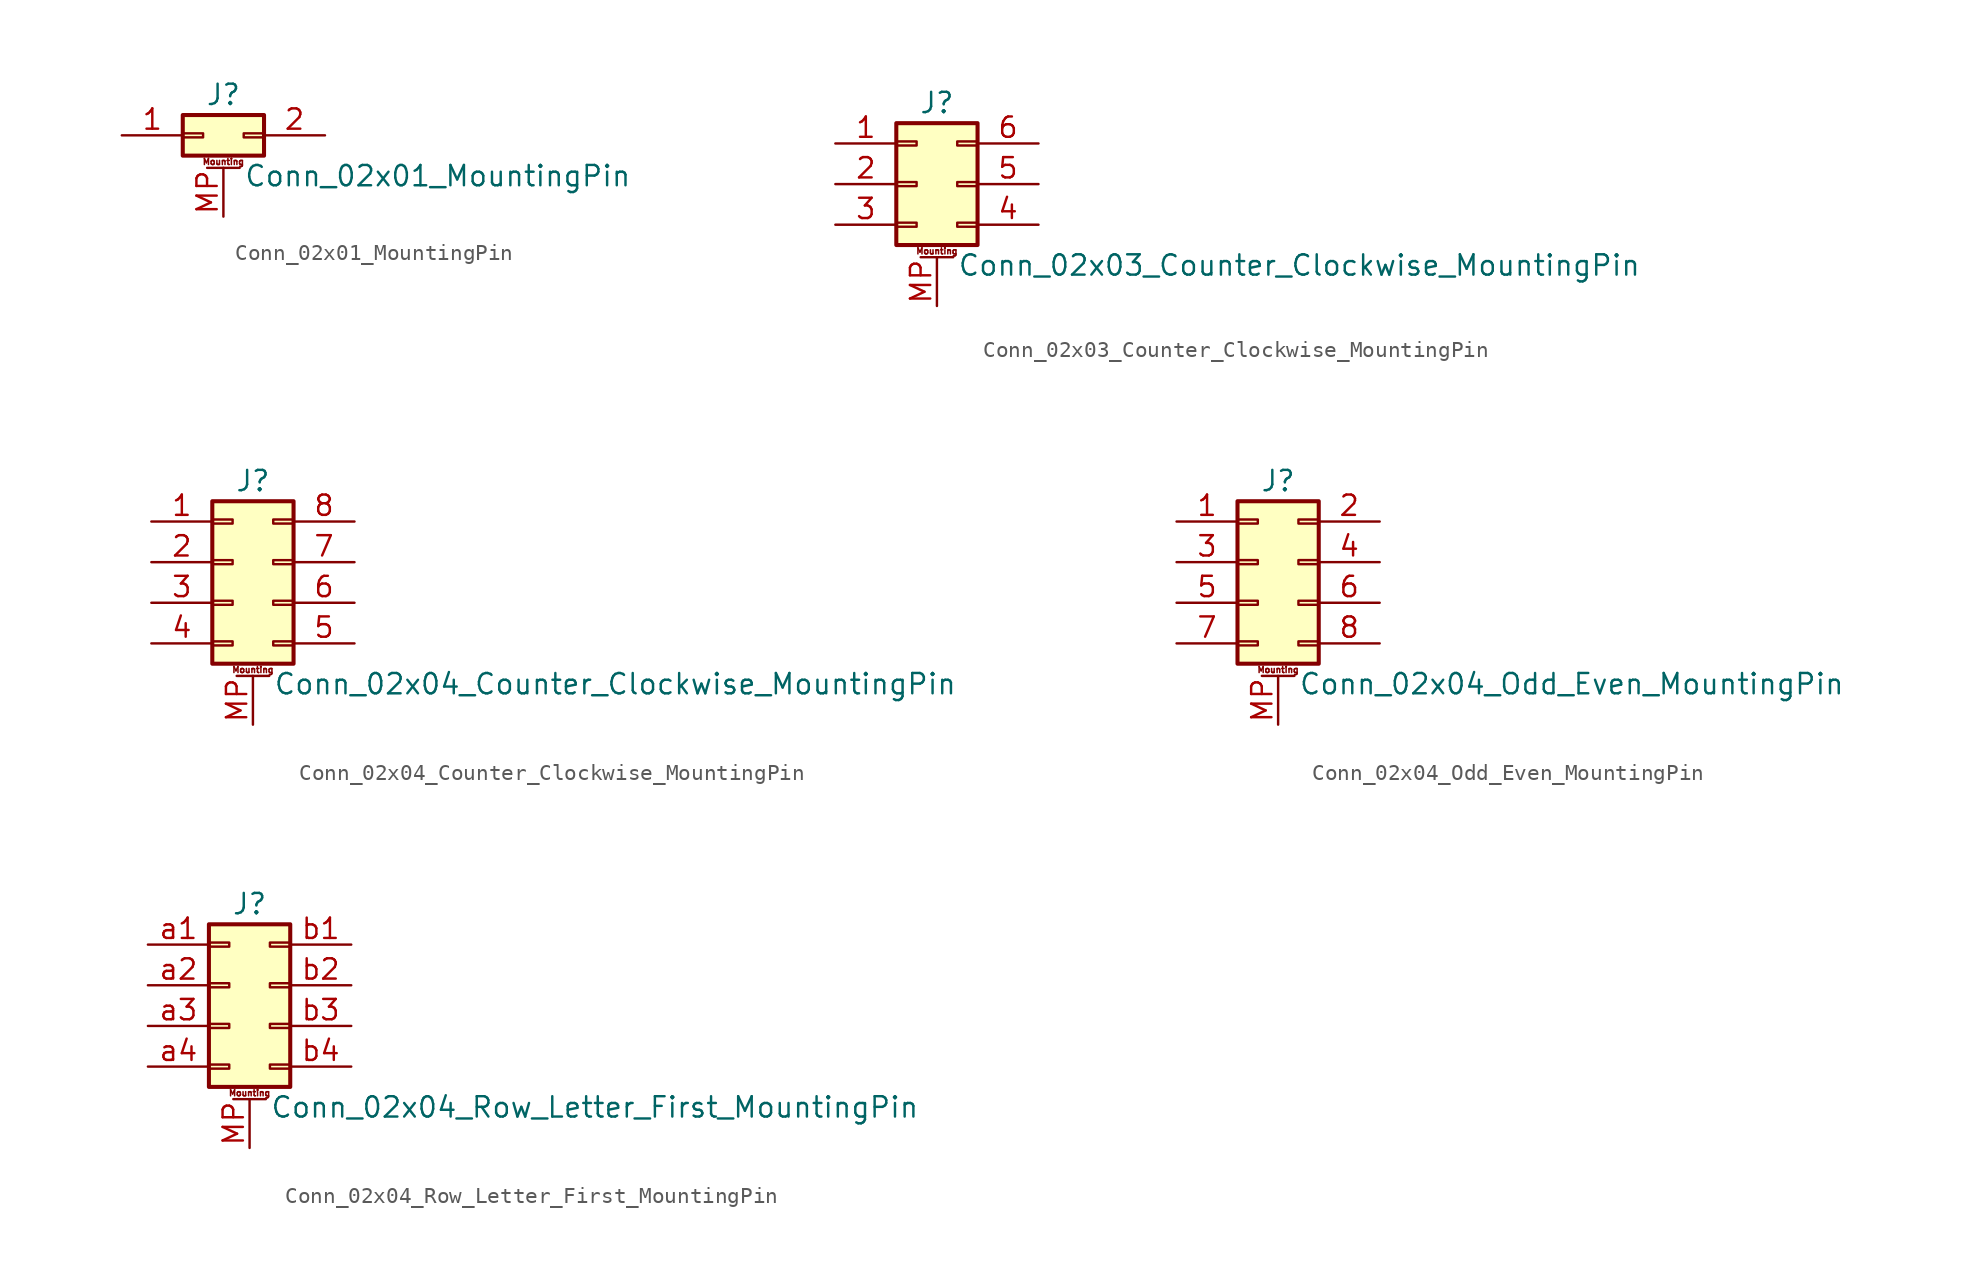
<source format=kicad_sym>
(kicad_symbol_lib
  (version 20201005)
  (generator kicad_symbol_editor)
  (symbol "Conn_02x01_MountingPin"
    (pin_names
      (offset 1.016) hide)
    (property "Reference" "J"
      (at 1.27 2.54 0)
      (effects (font (size 1.27 1.27))))
    (property "Value" "Conn_02x01_MountingPin"
      (at 2.54 -2.54 0)
      (effects (font (size 1.27 1.27)) (justify left)))
    (symbol "Conn_02x01_MountingPin_1_1"
      (text "Mounting" (at 1.27 -1.651 0) (effects (font (size 0.381 0.381))))
      (rectangle (start -1.27 0.127) (end 0 -0.127) (stroke (width 0.152)) (fill (type none)))
      (rectangle (start 3.81 0.127) (end 2.54 -0.127) (stroke (width 0.152)) (fill (type none)))
      (rectangle (start -1.27 1.27) (end 3.81 -1.27) (stroke (width 0.254)) (fill (type background)))
      (polyline (pts (xy 0.254 -2.032) (xy 2.286 -2.032)) (stroke (width 0.152)) (fill (type none)))
      (pin passive line (at -5.08 0 0) (length 3.81) (name "Pin_1" (effects (font (size 1.27 1.27)))) (number "1" (effects (font (size 1.27 1.27)))))
      (pin passive line (at 7.62 0 180) (length 3.81) (name "Pin_2" (effects (font (size 1.27 1.27)))) (number "2" (effects (font (size 1.27 1.27)))))
      (pin passive line (at 1.27 -5.08 90) (length 3.048) (name "MountPin" (effects (font (size 1.27 1.27)))) (number "MP" (effects (font (size 1.27 1.27)))))))
  (symbol "Conn_02x03_Counter_Clockwise_MountingPin"
    (pin_names
      (offset 1.016) hide)
    (property "Reference" "J"
      (at 1.27 5.08 0)
      (effects (font (size 1.27 1.27))))
    (property "Value" "Conn_02x03_Counter_Clockwise_MountingPin"
      (at 2.54 -5.08 0)
      (effects (font (size 1.27 1.27)) (justify left)))
    (symbol "Conn_02x03_Counter_Clockwise_MountingPin_1_1"
      (text "Mounting" (at 1.27 -4.191 0) (effects (font (size 0.381 0.381))))
      (rectangle (start -1.27 -2.413) (end 0 -2.667) (stroke (width 0.152)) (fill (type none)))
      (rectangle (start -1.27 0.127) (end 0 -0.127) (stroke (width 0.152)) (fill (type none)))
      (rectangle (start -1.27 2.667) (end 0 2.413) (stroke (width 0.152)) (fill (type none)))
      (rectangle (start 3.81 -2.413) (end 2.54 -2.667) (stroke (width 0.152)) (fill (type none)))
      (rectangle (start 3.81 0.127) (end 2.54 -0.127) (stroke (width 0.152)) (fill (type none)))
      (rectangle (start 3.81 2.667) (end 2.54 2.413) (stroke (width 0.152)) (fill (type none)))
      (rectangle (start -1.27 3.81) (end 3.81 -3.81) (stroke (width 0.254)) (fill (type background)))
      (polyline (pts (xy 0.254 -4.572) (xy 2.286 -4.572)) (stroke (width 0.152)) (fill (type none)))
      (pin passive line (at -5.08 2.54 0) (length 3.81) (name "Pin_1" (effects (font (size 1.27 1.27)))) (number "1" (effects (font (size 1.27 1.27)))))
      (pin passive line (at -5.08 0 0) (length 3.81) (name "Pin_2" (effects (font (size 1.27 1.27)))) (number "2" (effects (font (size 1.27 1.27)))))
      (pin passive line (at -5.08 -2.54 0) (length 3.81) (name "Pin_3" (effects (font (size 1.27 1.27)))) (number "3" (effects (font (size 1.27 1.27)))))
      (pin passive line (at 7.62 -2.54 180) (length 3.81) (name "Pin_4" (effects (font (size 1.27 1.27)))) (number "4" (effects (font (size 1.27 1.27)))))
      (pin passive line (at 7.62 0 180) (length 3.81) (name "Pin_5" (effects (font (size 1.27 1.27)))) (number "5" (effects (font (size 1.27 1.27)))))
      (pin passive line (at 7.62 2.54 180) (length 3.81) (name "Pin_6" (effects (font (size 1.27 1.27)))) (number "6" (effects (font (size 1.27 1.27)))))
      (pin passive line (at 1.27 -7.62 90) (length 3.048) (name "MountPin" (effects (font (size 1.27 1.27)))) (number "MP" (effects (font (size 1.27 1.27)))))))
  (symbol "Conn_02x04_Counter_Clockwise_MountingPin"
    (pin_names
      (offset 1.016) hide)
    (property "Reference" "J"
      (at 1.27 5.08 0)
      (effects (font (size 1.27 1.27))))
    (property "Value" "Conn_02x04_Counter_Clockwise_MountingPin"
      (at 2.54 -7.62 0)
      (effects (font (size 1.27 1.27)) (justify left)))
    (symbol "Conn_02x04_Counter_Clockwise_MountingPin_1_1"
      (text "Mounting" (at 1.27 -6.731 0) (effects (font (size 0.381 0.381))))
      (rectangle (start -1.27 -4.953) (end 0 -5.207) (stroke (width 0.152)) (fill (type none)))
      (rectangle (start -1.27 -2.413) (end 0 -2.667) (stroke (width 0.152)) (fill (type none)))
      (rectangle (start -1.27 0.127) (end 0 -0.127) (stroke (width 0.152)) (fill (type none)))
      (rectangle (start -1.27 2.667) (end 0 2.413) (stroke (width 0.152)) (fill (type none)))
      (rectangle (start 3.81 -4.953) (end 2.54 -5.207) (stroke (width 0.152)) (fill (type none)))
      (rectangle (start 3.81 -2.413) (end 2.54 -2.667) (stroke (width 0.152)) (fill (type none)))
      (rectangle (start 3.81 0.127) (end 2.54 -0.127) (stroke (width 0.152)) (fill (type none)))
      (rectangle (start 3.81 2.667) (end 2.54 2.413) (stroke (width 0.152)) (fill (type none)))
      (rectangle (start -1.27 3.81) (end 3.81 -6.35) (stroke (width 0.254)) (fill (type background)))
      (polyline (pts (xy 0.254 -7.112) (xy 2.286 -7.112)) (stroke (width 0.152)) (fill (type none)))
      (pin passive line (at -5.08 2.54 0) (length 3.81) (name "Pin_1" (effects (font (size 1.27 1.27)))) (number "1" (effects (font (size 1.27 1.27)))))
      (pin passive line (at -5.08 0 0) (length 3.81) (name "Pin_2" (effects (font (size 1.27 1.27)))) (number "2" (effects (font (size 1.27 1.27)))))
      (pin passive line (at -5.08 -2.54 0) (length 3.81) (name "Pin_3" (effects (font (size 1.27 1.27)))) (number "3" (effects (font (size 1.27 1.27)))))
      (pin passive line (at -5.08 -5.08 0) (length 3.81) (name "Pin_4" (effects (font (size 1.27 1.27)))) (number "4" (effects (font (size 1.27 1.27)))))
      (pin passive line (at 7.62 -5.08 180) (length 3.81) (name "Pin_5" (effects (font (size 1.27 1.27)))) (number "5" (effects (font (size 1.27 1.27)))))
      (pin passive line (at 7.62 -2.54 180) (length 3.81) (name "Pin_6" (effects (font (size 1.27 1.27)))) (number "6" (effects (font (size 1.27 1.27)))))
      (pin passive line (at 7.62 0 180) (length 3.81) (name "Pin_7" (effects (font (size 1.27 1.27)))) (number "7" (effects (font (size 1.27 1.27)))))
      (pin passive line (at 7.62 2.54 180) (length 3.81) (name "Pin_8" (effects (font (size 1.27 1.27)))) (number "8" (effects (font (size 1.27 1.27)))))
      (pin passive line (at 1.27 -10.16 90) (length 3.048) (name "MountPin" (effects (font (size 1.27 1.27)))) (number "MP" (effects (font (size 1.27 1.27)))))))
  (symbol "Conn_02x04_Odd_Even_MountingPin"
    (pin_names
      (offset 1.016) hide)
    (property "Reference" "J"
      (at 1.27 5.08 0)
      (effects (font (size 1.27 1.27))))
    (property "Value" "Conn_02x04_Odd_Even_MountingPin"
      (at 2.54 -7.62 0)
      (effects (font (size 1.27 1.27)) (justify left)))
    (symbol "Conn_02x04_Odd_Even_MountingPin_1_1"
      (text "Mounting" (at 1.27 -6.731 0) (effects (font (size 0.381 0.381))))
      (rectangle (start -1.27 -4.953) (end 0 -5.207) (stroke (width 0.152)) (fill (type none)))
      (rectangle (start -1.27 -2.413) (end 0 -2.667) (stroke (width 0.152)) (fill (type none)))
      (rectangle (start -1.27 0.127) (end 0 -0.127) (stroke (width 0.152)) (fill (type none)))
      (rectangle (start -1.27 2.667) (end 0 2.413) (stroke (width 0.152)) (fill (type none)))
      (rectangle (start 3.81 -4.953) (end 2.54 -5.207) (stroke (width 0.152)) (fill (type none)))
      (rectangle (start 3.81 -2.413) (end 2.54 -2.667) (stroke (width 0.152)) (fill (type none)))
      (rectangle (start 3.81 0.127) (end 2.54 -0.127) (stroke (width 0.152)) (fill (type none)))
      (rectangle (start 3.81 2.667) (end 2.54 2.413) (stroke (width 0.152)) (fill (type none)))
      (rectangle (start -1.27 3.81) (end 3.81 -6.35) (stroke (width 0.254)) (fill (type background)))
      (polyline (pts (xy 0.254 -7.112) (xy 2.286 -7.112)) (stroke (width 0.152)) (fill (type none)))
      (pin passive line (at -5.08 2.54 0) (length 3.81) (name "Pin_1" (effects (font (size 1.27 1.27)))) (number "1" (effects (font (size 1.27 1.27)))))
      (pin passive line (at 7.62 2.54 180) (length 3.81) (name "Pin_2" (effects (font (size 1.27 1.27)))) (number "2" (effects (font (size 1.27 1.27)))))
      (pin passive line (at -5.08 0 0) (length 3.81) (name "Pin_3" (effects (font (size 1.27 1.27)))) (number "3" (effects (font (size 1.27 1.27)))))
      (pin passive line (at 7.62 0 180) (length 3.81) (name "Pin_4" (effects (font (size 1.27 1.27)))) (number "4" (effects (font (size 1.27 1.27)))))
      (pin passive line (at -5.08 -2.54 0) (length 3.81) (name "Pin_5" (effects (font (size 1.27 1.27)))) (number "5" (effects (font (size 1.27 1.27)))))
      (pin passive line (at 7.62 -2.54 180) (length 3.81) (name "Pin_6" (effects (font (size 1.27 1.27)))) (number "6" (effects (font (size 1.27 1.27)))))
      (pin passive line (at -5.08 -5.08 0) (length 3.81) (name "Pin_7" (effects (font (size 1.27 1.27)))) (number "7" (effects (font (size 1.27 1.27)))))
      (pin passive line (at 7.62 -5.08 180) (length 3.81) (name "Pin_8" (effects (font (size 1.27 1.27)))) (number "8" (effects (font (size 1.27 1.27)))))
      (pin passive line (at 1.27 -10.16 90) (length 3.048) (name "MountPin" (effects (font (size 1.27 1.27)))) (number "MP" (effects (font (size 1.27 1.27)))))))
  (symbol "Conn_02x04_Row_Letter_First_MountingPin"
    (pin_names
      (offset 1.016) hide)
    (property "Reference" "J"
      (at 1.27 5.08 0)
      (effects (font (size 1.27 1.27))))
    (property "Value" "Conn_02x04_Row_Letter_First_MountingPin"
      (at 2.54 -7.62 0)
      (effects (font (size 1.27 1.27)) (justify left)))
    (symbol "Conn_02x04_Row_Letter_First_MountingPin_1_1"
      (text "Mounting" (at 1.27 -6.731 0) (effects (font (size 0.381 0.381))))
      (rectangle (start -1.27 -4.953) (end 0 -5.207) (stroke (width 0.152)) (fill (type none)))
      (rectangle (start -1.27 -2.413) (end 0 -2.667) (stroke (width 0.152)) (fill (type none)))
      (rectangle (start -1.27 0.127) (end 0 -0.127) (stroke (width 0.152)) (fill (type none)))
      (rectangle (start -1.27 2.667) (end 0 2.413) (stroke (width 0.152)) (fill (type none)))
      (rectangle (start 3.81 -4.953) (end 2.54 -5.207) (stroke (width 0.152)) (fill (type none)))
      (rectangle (start 3.81 -2.413) (end 2.54 -2.667) (stroke (width 0.152)) (fill (type none)))
      (rectangle (start 3.81 0.127) (end 2.54 -0.127) (stroke (width 0.152)) (fill (type none)))
      (rectangle (start 3.81 2.667) (end 2.54 2.413) (stroke (width 0.152)) (fill (type none)))
      (rectangle (start -1.27 3.81) (end 3.81 -6.35) (stroke (width 0.254)) (fill (type background)))
      (polyline (pts (xy 0.254 -7.112) (xy 2.286 -7.112)) (stroke (width 0.152)) (fill (type none)))
      (pin passive line (at 1.27 -10.16 90) (length 3.048) (name "MountPin" (effects (font (size 1.27 1.27)))) (number "MP" (effects (font (size 1.27 1.27)))))
      (pin passive line (at -5.08 2.54 0) (length 3.81) (name "Pin_a1" (effects (font (size 1.27 1.27)))) (number "a1" (effects (font (size 1.27 1.27)))))
      (pin passive line (at -5.08 0 0) (length 3.81) (name "Pin_a2" (effects (font (size 1.27 1.27)))) (number "a2" (effects (font (size 1.27 1.27)))))
      (pin passive line (at -5.08 -2.54 0) (length 3.81) (name "Pin_a3" (effects (font (size 1.27 1.27)))) (number "a3" (effects (font (size 1.27 1.27)))))
      (pin passive line (at -5.08 -5.08 0) (length 3.81) (name "Pin_a4" (effects (font (size 1.27 1.27)))) (number "a4" (effects (font (size 1.27 1.27)))))
      (pin passive line (at 7.62 2.54 180) (length 3.81) (name "Pin_b1" (effects (font (size 1.27 1.27)))) (number "b1" (effects (font (size 1.27 1.27)))))
      (pin passive line (at 7.62 0 180) (length 3.81) (name "Pin_b2" (effects (font (size 1.27 1.27)))) (number "b2" (effects (font (size 1.27 1.27)))))
      (pin passive line (at 7.62 -2.54 180) (length 3.81) (name "Pin_b3" (effects (font (size 1.27 1.27)))) (number "b3" (effects (font (size 1.27 1.27)))))
      (pin passive line (at 7.62 -5.08 180) (length 3.81) (name "Pin_b4" (effects (font (size 1.27 1.27)))) (number "b4" (effects (font (size 1.27 1.27))))))))
</source>
